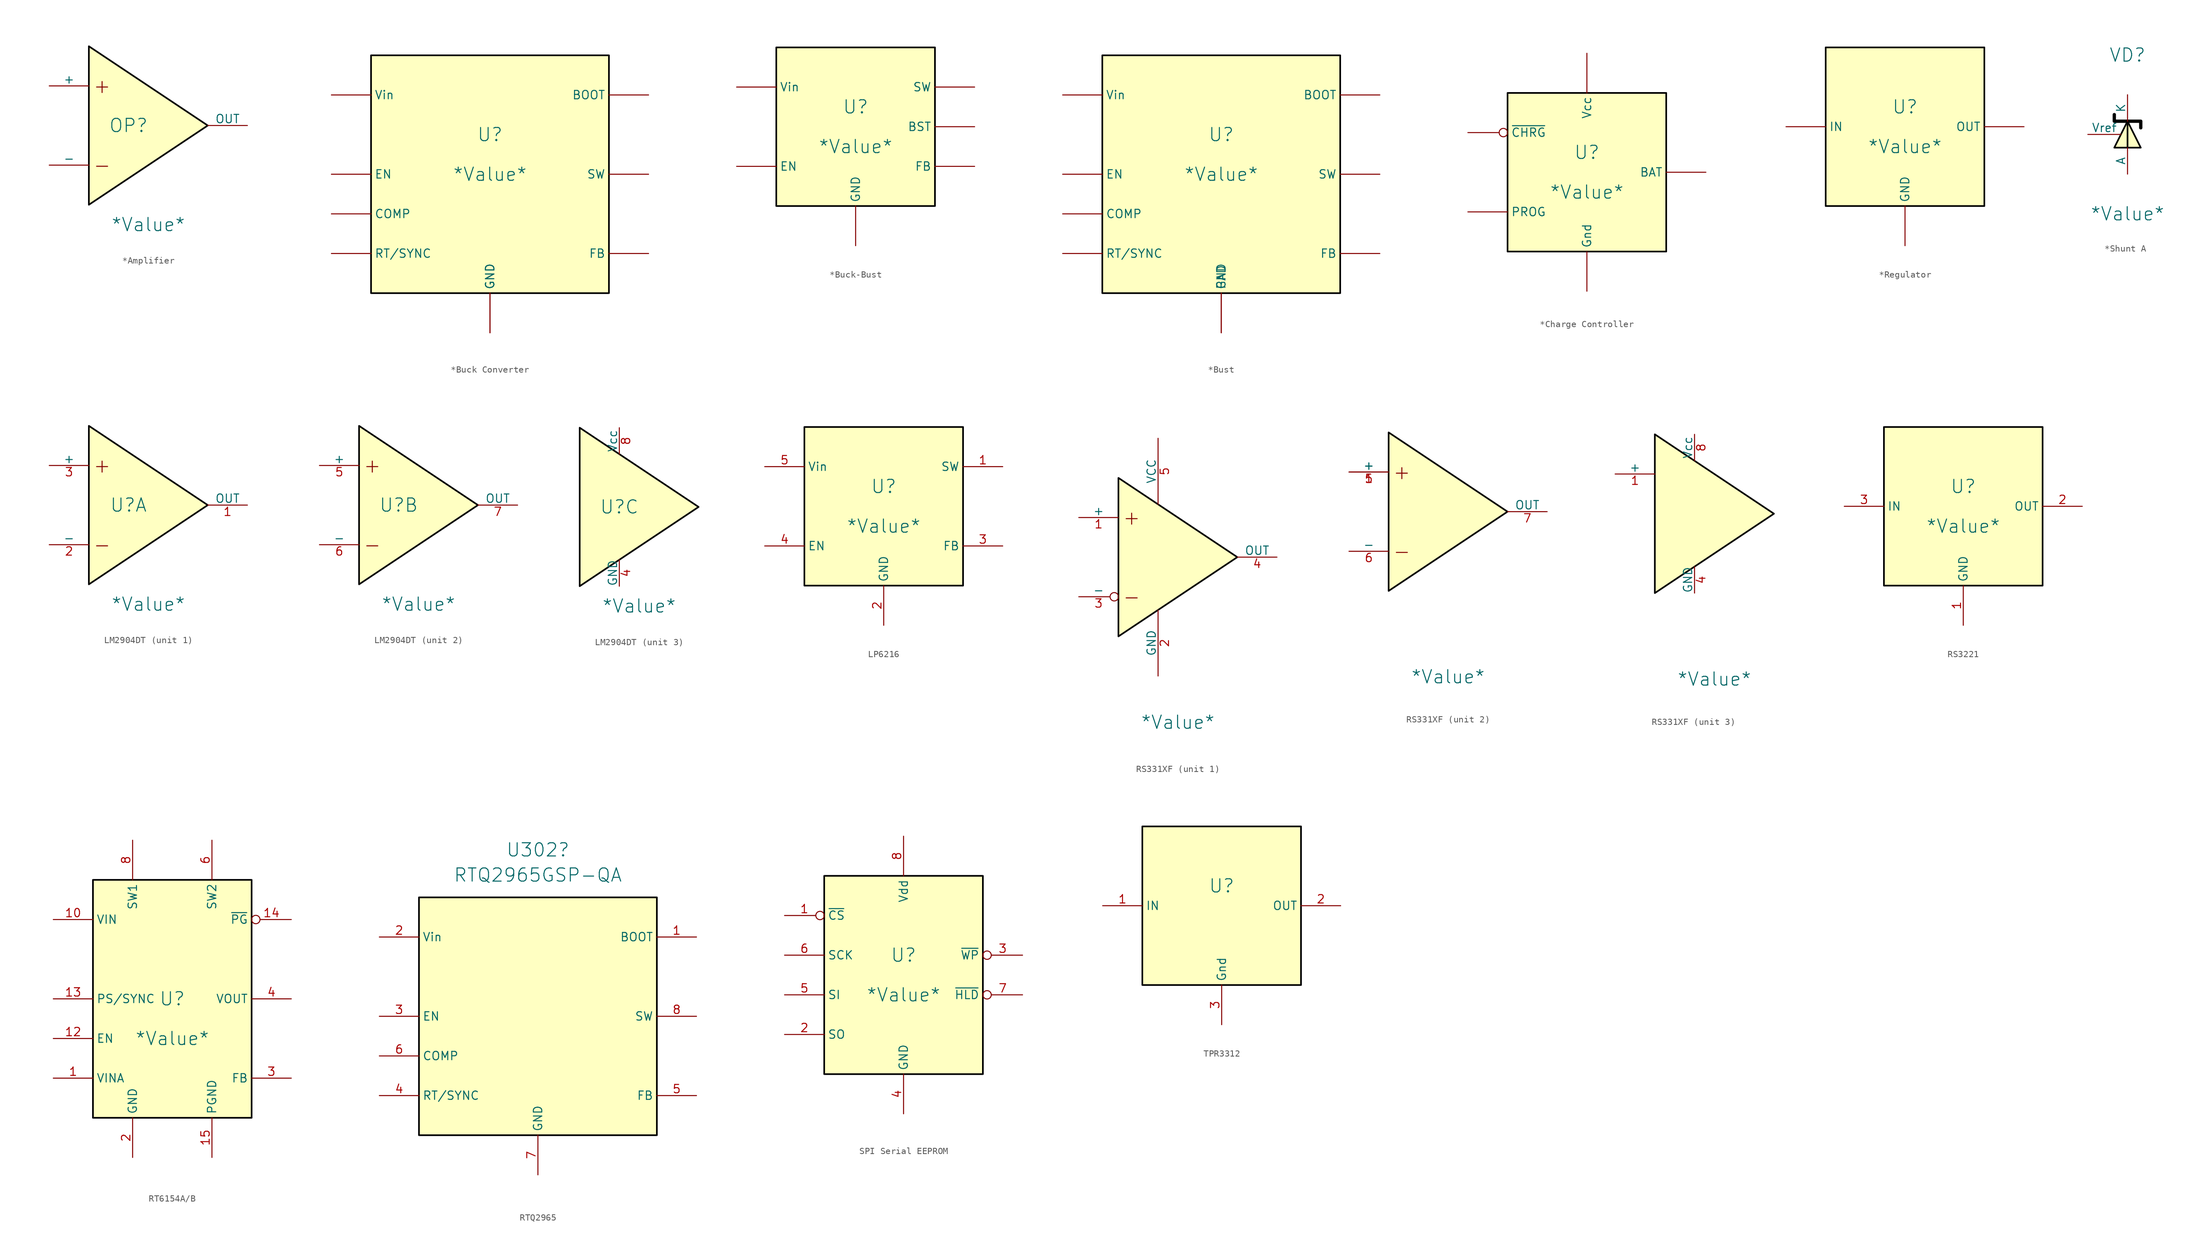
<source format=kicad_sym>
(kicad_symbol_lib
  (version 20241209)
  (generator "kicad_symbol_editor")
  (generator_version "9.0")
  (symbol "*Amplifier"
    (pin_names
      (offset 0))
    (property "Reference" "OP"
      (at 0 0 0)
      (effects (font (size 2 2))))
    (property "Value" "*Value*"
      (at 3 -15 0)
      (effects (font (size 2 2))))
    (symbol "*Amplifier_0_1"
      (polyline (pts (xy 12 0) (xy -6 12) (xy -6 -12) (xy 12 0)) (stroke (width 0.25) (type solid) (color 0 0 0 1)) (fill (type color) (color 255 255 194 1))))
    (symbol "*Amplifier_1_0"
      (text "+" (at -4 6 0) (effects (font (size 2.184 2.184))))
      (text "-" (at -4 -6 0) (effects (font (size 2.184 2.184))))
      (pin input line (at -12 6 0) (length 6) (name "+" (effects (font (size 1.27 1.27)))) (number "" (effects (font (size 1.27 1.27)))))
      (pin input line (at -12 -6 0) (length 6) (name "-" (effects (font (size 1.27 1.27)))) (number "" (effects (font (size 1.27 1.27)))))
      (pin output line (at 18 0 180) (length 6) (name "OUT" (effects (font (size 1.27 1.27)))) (number "" (effects (font (size 1.27 1.27)))))))
  (symbol "*Buck Converter"
    (property "Reference" "U"
      (at 0 0 0)
      (effects (font (size 2 2))))
    (property "Value" "*Value*"
      (at 0 -6 0)
      (effects (font (size 2 2))))
    (symbol "*Buck Converter_1_0"
      (rectangle (start -18 12) (end 18 -24) (stroke (width 0.25) (type solid) (color 0 0 0 1)) (fill (type color) (color 255 255 194 1)))
      (pin power_in line (at -24 6 0) (length 6) (name "Vin" (effects (font (size 1.27 1.27)))) (number "" (effects (font (size 1.27 1.27)))))
      (pin input line (at -24 -6 0) (length 6) (name "EN" (effects (font (size 1.27 1.27)))) (number "" (effects (font (size 1.27 1.27)))))
      (pin input line (at -24 -12 0) (length 6) (name "COMP" (effects (font (size 1.27 1.27)))) (number "" (effects (font (size 1.27 1.27)))))
      (pin bidirectional line (at -24 -18 0) (length 6) (name "RT/SYNC" (effects (font (size 1.27 1.27)))) (number "" (effects (font (size 1.27 1.27)))))
      (pin power_in line (at 0 -30 90) (length 6) (name "GND" (effects (font (size 1.27 1.27)))) (number "" (effects (font (size 1.27 1.27)))))
      (pin power_in line (at 0 -30 90) (length 6) (name "GND" (effects (font (size 1.27 1.27)))) (number "" (effects (font (size 1.27 1.27)))))
      (pin input line (at 24 6 180) (length 6) (name "BOOT" (effects (font (size 1.27 1.27)))) (number "" (effects (font (size 1.27 1.27)))))
      (pin power_out line (at 24 -6 180) (length 6) (name "SW" (effects (font (size 1.27 1.27)))) (number "" (effects (font (size 1.27 1.27)))))
      (pin input line (at 24 -18 180) (length 6) (name "FB" (effects (font (size 1.27 1.27)))) (number "" (effects (font (size 1.27 1.27)))))))
  (symbol "*Buck-Bust"
    (property "Reference" "U"
      (at 0 3 0)
      (effects (font (size 2 2))))
    (property "Value" "*Value*"
      (at 0 -3 0)
      (effects (font (size 2 2))))
    (symbol "*Buck-Bust_1_0"
      (rectangle (start -12 12) (end 12 -12) (stroke (width 0.25) (type solid) (color 0 0 0 1)) (fill (type color) (color 255 255 194 1)))
      (pin power_in line (at -18 6 0) (length 6) (name "Vin" (effects (font (size 1.27 1.27)))) (number "" (effects (font (size 1.27 1.27)))))
      (pin input line (at -18 -6 0) (length 6) (name "EN" (effects (font (size 1.27 1.27)))) (number "" (effects (font (size 1.27 1.27)))))
      (pin power_in line (at 0 -18 90) (length 6) (name "GND" (effects (font (size 1.27 1.27)))) (number "" (effects (font (size 1.27 1.27)))))
      (pin power_out line (at 18 6 180) (length 6) (name "SW" (effects (font (size 1.27 1.27)))) (number "" (effects (font (size 1.27 1.27)))))
      (pin input line (at 18 0 180) (length 6) (name "BST" (effects (font (size 1.27 1.27)))) (number "" (effects (font (size 1.27 1.27)))))
      (pin input line (at 18 -6 180) (length 6) (name "FB" (effects (font (size 1.27 1.27)))) (number "" (effects (font (size 1.27 1.27)))))))
  (symbol "*Bust"
    (property "Reference" "U"
      (at 0 0 0)
      (effects (font (size 2 2))))
    (property "Value" "*Value*"
      (at 0 -6 0)
      (effects (font (size 2 2))))
    (symbol "*Bust_1_0"
      (rectangle (start -18 12) (end 18 -24) (stroke (width 0.25) (type solid) (color 0 0 0 1)) (fill (type color) (color 255 255 194 1)))
      (pin power_in line (at -24 6 0) (length 6) (name "Vin" (effects (font (size 1.27 1.27)))) (number "" (effects (font (size 1.27 1.27)))))
      (pin input line (at -24 -6 0) (length 6) (name "EN" (effects (font (size 1.27 1.27)))) (number "" (effects (font (size 1.27 1.27)))))
      (pin input line (at -24 -12 0) (length 6) (name "COMP" (effects (font (size 1.27 1.27)))) (number "" (effects (font (size 1.27 1.27)))))
      (pin bidirectional line (at -24 -18 0) (length 6) (name "RT/SYNC" (effects (font (size 1.27 1.27)))) (number "" (effects (font (size 1.27 1.27)))))
      (pin power_in line (at 0 -30 90) (length 6) (name "PAD" (effects (font (size 1.27 1.27)))) (number "" (effects (font (size 1.27 1.27)))))
      (pin power_in line (at 0 -30 90) (length 6) (name "GND" (effects (font (size 1.27 1.27)))) (number "" (effects (font (size 1.27 1.27)))))
      (pin input line (at 24 6 180) (length 6) (name "BOOT" (effects (font (size 1.27 1.27)))) (number "" (effects (font (size 1.27 1.27)))))
      (pin power_out line (at 24 -6 180) (length 6) (name "SW" (effects (font (size 1.27 1.27)))) (number "" (effects (font (size 1.27 1.27)))))
      (pin input line (at 24 -18 180) (length 6) (name "FB" (effects (font (size 1.27 1.27)))) (number "" (effects (font (size 1.27 1.27)))))))
  (symbol "*Charge Controller"
    (property "Reference" "U"
      (at 0 3 0)
      (effects (font (size 2 2))))
    (property "Value" "*Value*"
      (at 0 -3 0)
      (effects (font (size 2 2))))
    (symbol "*Charge Controller_1_0"
      (pin input inverted (at -18 6 0) (length 6) (name "~{CHRG}" (effects (font (size 1.27 1.27)))) (number "" (effects (font (size 1.27 1.27)))))
      (pin input line (at -18 -6 0) (length 6) (name "PROG" (effects (font (size 1.27 1.27)))) (number "" (effects (font (size 1.27 1.27)))))
      (pin power_in line (at 0 18 270) (length 6) (name "Vcc" (effects (font (size 1.27 1.27)))) (number "" (effects (font (size 1.27 1.27)))))
      (pin power_in line (at 0 -18 90) (length 6) (name "Gnd" (effects (font (size 1.27 1.27)))) (number "" (effects (font (size 1.27 1.27)))))
      (pin power_out line (at 18 0 180) (length 6) (name "BAT" (effects (font (size 1.27 1.27)))) (number "" (effects (font (size 1.27 1.27))))))
    (symbol "*Charge Controller_1_1"
      (rectangle (start -12 12) (end 12 -12) (stroke (width 0.25) (type solid) (color 0 0 0 1)) (fill (type color) (color 255 255 194 1)))))
  (symbol "*Regulator"
    (property "Reference" "U"
      (at 0 3 0)
      (effects (font (size 2 2))))
    (property "Value" "*Value*"
      (at 0 -3 0)
      (effects (font (size 2 2))))
    (symbol "*Regulator_1_0"
      (rectangle (start -12 12) (end 12 -12) (stroke (width 0.25) (type solid) (color 0 0 0 1)) (fill (type color) (color 255 255 194 1)))
      (pin power_in line (at -18 0 0) (length 6) (name "IN" (effects (font (size 1.27 1.27)))) (number "" (effects (font (size 1.27 1.27)))))
      (pin power_in line (at 0 -18 90) (length 6) (name "GND" (effects (font (size 1.27 1.27)))) (number "" (effects (font (size 1.27 1.27)))))
      (pin power_out line (at 18 0 180) (length 6) (name "OUT" (effects (font (size 1.27 1.27)))) (number "" (effects (font (size 1.27 1.27)))))))
  (symbol "*Shunt A"
    (pin_numbers
      (hide yes))
    (pin_names
      (offset 0))
    (property "Reference" "VD"
      (at 0 12 0)
      (effects (font (size 2 2))))
    (property "Value" "*Value*"
      (at 0 -12 0)
      (effects (font (size 2 2))))
    (symbol "*Shunt A_1_0"
      (polyline (pts (xy -2 -2) (xy 0 2) (xy 2 -2) (xy -2 -2)) (stroke (width 0.25) (type solid) (color 0 0 0 1)) (fill (type background)))
      (polyline (pts (xy 0 -2) (xy 0 2)) (stroke (width 0.25) (type solid) (color 0 0 0 1)) (fill (type none)))
      (polyline (pts (xy 2 1) (xy 2 2) (xy -2 2) (xy -2 3)) (stroke (width 0.5) (type solid) (color 0 0 0 1)) (fill (type none))))
    (symbol "*Shunt A_1_1"
      (pin passive line (at -6 0 0) (length 5) (name "Vref" (effects (font (size 1.27 1.27)))) (number "" (effects (font (size 1.27 1.27)))))
      (pin passive line (at 0 6 270) (length 4) (name "K" (effects (font (size 1.27 1.27)))) (number "" (effects (font (size 1.27 1.27)))))
      (pin passive line (at 0 -6 90) (length 4) (name "A" (effects (font (size 1.27 1.27)))) (number "" (effects (font (size 1.27 1.27)))))))
  (symbol "LM2904DT"
    (pin_names
      (offset 0))
    (property "Reference" "U"
      (at 0 0 0)
      (effects (font (size 2 2))))
    (property "Value" "*Value*"
      (at 3 -15 0)
      (effects (font (size 2 2))))
    (property "ki_locked" ""
      (at 0 0 0)
      (effects (font (size 1.27 1.27))))
    (symbol "LM2904DT_0_1"
      (polyline (pts (xy 12 0) (xy -6 12) (xy -6 -12) (xy 12 0)) (stroke (width 0.25) (type solid) (color 0 0 0 1)) (fill (type color) (color 255 255 194 1))))
    (symbol "LM2904DT_1_0"
      (text "+" (at -4 6 0) (effects (font (size 2.184 2.184))))
      (text "-" (at -4 -6 0) (effects (font (size 2.184 2.184))))
      (pin input line (at -12 6 0) (length 6) (name "+" (effects (font (size 1.27 1.27)))) (number "3" (effects (font (size 1.27 1.27)))))
      (pin input line (at -12 -6 0) (length 6) (name "-" (effects (font (size 1.27 1.27)))) (number "2" (effects (font (size 1.27 1.27)))))
      (pin output line (at 18 0 180) (length 6) (name "OUT" (effects (font (size 1.27 1.27)))) (number "1" (effects (font (size 1.27 1.27))))))
    (symbol "LM2904DT_2_0"
      (text "+" (at -4 6 0) (effects (font (size 2.184 2.184))))
      (text "-" (at -4 -6 0) (effects (font (size 2.184 2.184))))
      (pin input line (at -12 6 0) (length 6) (name "+" (effects (font (size 1.27 1.27)))) (number "5" (effects (font (size 1.27 1.27)))))
      (pin input line (at -12 -6 0) (length 6) (name "-" (effects (font (size 1.27 1.27)))) (number "6" (effects (font (size 1.27 1.27)))))
      (pin output line (at 18 0 180) (length 6) (name "OUT" (effects (font (size 1.27 1.27)))) (number "7" (effects (font (size 1.27 1.27))))))
    (symbol "LM2904DT_3_0"
      (pin power_in line (at 0 12 270) (length 4) (name "Vcc" (effects (font (size 1.27 1.27)))) (number "8" (effects (font (size 1.27 1.27))))))
    (symbol "LM2904DT_3_1"
      (pin power_in line (at 0 -12 90) (length 4) (name "GND" (effects (font (size 1.27 1.27)))) (number "4" (effects (font (size 1.27 1.27)))))))
  (symbol "LP6216"
    (property "Reference" "U"
      (at 0 3 0)
      (effects (font (size 2 2))))
    (property "Value" "*Value*"
      (at 0 -3 0)
      (effects (font (size 2 2))))
    (symbol "LP6216_1_0"
      (rectangle (start -12 12) (end 12 -12) (stroke (width 0.25) (type solid) (color 0 0 0 1)) (fill (type color) (color 255 255 194 1)))
      (pin power_in line (at -18 6 0) (length 6) (name "Vin" (effects (font (size 1.27 1.27)))) (number "5" (effects (font (size 1.27 1.27)))))
      (pin input line (at -18 -6 0) (length 6) (name "EN" (effects (font (size 1.27 1.27)))) (number "4" (effects (font (size 1.27 1.27)))))
      (pin power_in line (at 0 -18 90) (length 6) (name "GND" (effects (font (size 1.27 1.27)))) (number "2" (effects (font (size 1.27 1.27)))))
      (pin power_out line (at 18 6 180) (length 6) (name "SW" (effects (font (size 1.27 1.27)))) (number "1" (effects (font (size 1.27 1.27)))))
      (pin input line (at 18 -6 180) (length 6) (name "FB" (effects (font (size 1.27 1.27)))) (number "3" (effects (font (size 1.27 1.27)))))))
  (symbol "RS331XF"
    (pin_names
      (offset 0))
    (property "Reference" "U"
      (at 0 0 0)
      (effects (font (size 2 2)) (hide yes)))
    (property "Value" "*Value*"
      (at 3 -25 0)
      (effects (font (size 2 2))))
    (property "ki_locked" ""
      (at 0 0 0)
      (effects (font (size 1.27 1.27))))
    (symbol "RS331XF_0_0"
      (pin input line (at -12 6 0) (length 6) (name "+" (effects (font (size 1.27 1.27)))) (number "1" (effects (font (size 1.27 1.27))))))
    (symbol "RS331XF_0_1"
      (polyline (pts (xy 12 0) (xy -6 12) (xy -6 -12) (xy 12 0)) (stroke (width 0.25) (type solid) (color 0 0 0 1)) (fill (type color) (color 255 255 194 1))))
    (symbol "RS331XF_1_0"
      (text "+" (at -4 6 0) (effects (font (size 2.184 2.184))))
      (text "-" (at -4 -6 0) (effects (font (size 2.184 2.184))))
      (pin input inverted (at -12 -6 0) (length 6) (name "-" (effects (font (size 1.27 1.27)))) (number "3" (effects (font (size 1.27 1.27)))))
      (pin input line (at 0 18 270) (length 10) (name "VCC" (effects (font (size 1.27 1.27)))) (number "5" (effects (font (size 1.27 1.27)))))
      (pin input line (at 0 -18 90) (length 10) (name "GND" (effects (font (size 1.27 1.27)))) (number "2" (effects (font (size 1.27 1.27)))))
      (pin output line (at 18 0 180) (length 6) (name "OUT" (effects (font (size 1.27 1.27)))) (number "4" (effects (font (size 1.27 1.27))))))
    (symbol "RS331XF_2_0"
      (text "+" (at -4 6 0) (effects (font (size 2.184 2.184))))
      (text "-" (at -4 -6 0) (effects (font (size 2.184 2.184))))
      (pin input line (at -12 6 0) (length 6) (name "+" (effects (font (size 1.27 1.27)))) (number "5" (effects (font (size 1.27 1.27)))))
      (pin input line (at -12 -6 0) (length 6) (name "-" (effects (font (size 1.27 1.27)))) (number "6" (effects (font (size 1.27 1.27)))))
      (pin output line (at 18 0 180) (length 6) (name "OUT" (effects (font (size 1.27 1.27)))) (number "7" (effects (font (size 1.27 1.27))))))
    (symbol "RS331XF_3_0"
      (pin power_in line (at 0 12 270) (length 4) (name "Vcc" (effects (font (size 1.27 1.27)))) (number "8" (effects (font (size 1.27 1.27))))))
    (symbol "RS331XF_3_1"
      (pin power_in line (at 0 -12 90) (length 4) (name "GND" (effects (font (size 1.27 1.27)))) (number "4" (effects (font (size 1.27 1.27)))))))
  (symbol "RS3221"
    (property "Reference" "U"
      (at 0 3 0)
      (effects (font (size 2 2))))
    (property "Value" "*Value*"
      (at 0 -3 0)
      (effects (font (size 2 2))))
    (symbol "RS3221_1_0"
      (rectangle (start -12 12) (end 12 -12) (stroke (width 0.25) (type solid) (color 0 0 0 1)) (fill (type color) (color 255 255 194 1)))
      (pin power_in line (at -18 0 0) (length 6) (name "IN" (effects (font (size 1.27 1.27)))) (number "3" (effects (font (size 1.27 1.27)))))
      (pin power_in line (at 0 -18 90) (length 6) (name "GND" (effects (font (size 1.27 1.27)))) (number "1" (effects (font (size 1.27 1.27)))))
      (pin power_out line (at 18 0 180) (length 6) (name "OUT" (effects (font (size 1.27 1.27)))) (number "2" (effects (font (size 1.27 1.27)))))))
  (symbol "RT6154A/B"
    (property "Reference" "U"
      (at 0 0 0)
      (effects (font (size 2 2))))
    (property "Value" "*Value*"
      (at 0 -6 0)
      (effects (font (size 2 2))))
    (symbol "RT6154A/B_1_1"
      (rectangle (start -12 18) (end 12 -18) (stroke (width 0.25) (type solid) (color 0 0 0 1)) (fill (type color) (color 255 255 194 1)))
      (pin power_in line (at -18 12 0) (length 6) (name "VIN" (effects (font (size 1.27 1.27)))) (number "10" (effects (font (size 1.27 1.27)))))
      (pin passive line (at -18 12 0) (length 6) (hide yes) (name "VIN" (effects (font (size 1.27 1.27)))) (number "11" (effects (font (size 1.27 1.27)))))
      (pin input line (at -18 0 0) (length 6) (name "PS/SYNC" (effects (font (size 1.27 1.27)))) (number "13" (effects (font (size 1.27 1.27)))))
      (pin input line (at -18 -6 0) (length 6) (name "EN" (effects (font (size 1.27 1.27)))) (number "12" (effects (font (size 1.27 1.27)))))
      (pin output line (at -18 -12 0) (length 6) (name "VINA" (effects (font (size 1.27 1.27)))) (number "1" (effects (font (size 1.27 1.27)))))
      (pin bidirectional line (at -6 24 270) (length 6) (name "SW1" (effects (font (size 1.27 1.27)))) (number "8" (effects (font (size 1.27 1.27)))))
      (pin passive line (at -6 24 270) (length 6) (hide yes) (name "SW1" (effects (font (size 1.27 1.27)))) (number "9" (effects (font (size 1.27 1.27)))))
      (pin power_in line (at -6 -24 90) (length 6) (name "GND" (effects (font (size 1.27 1.27)))) (number "2" (effects (font (size 1.27 1.27)))))
      (pin bidirectional line (at 6 24 270) (length 6) (name "SW2" (effects (font (size 1.27 1.27)))) (number "6" (effects (font (size 1.27 1.27)))))
      (pin passive line (at 6 24 270) (length 6) (hide yes) (name "SW2" (effects (font (size 1.27 1.27)))) (number "7" (effects (font (size 1.27 1.27)))))
      (pin power_in line (at 6 -24 90) (length 6) (name "PGND" (effects (font (size 1.27 1.27)))) (number "15" (effects (font (size 1.27 1.27)))))
      (pin open_collector inverted (at 18 12 180) (length 6) (name "~{PG}" (effects (font (size 1.27 1.27)))) (number "14" (effects (font (size 1.27 1.27)))))
      (pin power_out line (at 18 0 180) (length 6) (name "VOUT" (effects (font (size 1.27 1.27)))) (number "4" (effects (font (size 1.27 1.27)))))
      (pin passive line (at 18 0 180) (length 6) (hide yes) (name "VOUT" (effects (font (size 1.27 1.27)))) (number "5" (effects (font (size 1.27 1.27)))))
      (pin input line (at 18 -12 180) (length 6) (name "FB" (effects (font (size 1.27 1.27)))) (number "3" (effects (font (size 1.27 1.27)))))))
  (symbol "RTQ2965"
    (property "Reference" "U302"
      (at 0 19.19 0)
      (effects (font (size 2 2))))
    (property "Value" "RTQ2965GSP-QA"
      (at 0 15.38 0)
      (effects (font (size 2 2))))
    (symbol "RTQ2965_1_0"
      (rectangle (start -18 12) (end 18 -24) (stroke (width 0.25) (type solid) (color 0 0 0 1)) (fill (type color) (color 255 255 194 1)))
      (pin power_in line (at -24 6 0) (length 6) (name "Vin" (effects (font (size 1.27 1.27)))) (number "2" (effects (font (size 1.27 1.27)))))
      (pin input line (at -24 -6 0) (length 6) (name "EN" (effects (font (size 1.27 1.27)))) (number "3" (effects (font (size 1.27 1.27)))))
      (pin input line (at -24 -12 0) (length 6) (name "COMP" (effects (font (size 1.27 1.27)))) (number "6" (effects (font (size 1.27 1.27)))))
      (pin bidirectional line (at -24 -18 0) (length 6) (name "RT/SYNC" (effects (font (size 1.27 1.27)))) (number "4" (effects (font (size 1.27 1.27)))))
      (pin power_in line (at 0 -30 90) (length 6) (name "GND" (effects (font (size 1.27 1.27)))) (number "7" (effects (font (size 1.27 1.27)))))
      (pin power_in line (at 0 -30 90) (length 6) (hide yes) (name "GND" (effects (font (size 1.27 1.27)))) (number "9" (effects (font (size 1.27 1.27)))))
      (pin input line (at 24 6 180) (length 6) (name "BOOT" (effects (font (size 1.27 1.27)))) (number "1" (effects (font (size 1.27 1.27)))))
      (pin power_out line (at 24 -6 180) (length 6) (name "SW" (effects (font (size 1.27 1.27)))) (number "8" (effects (font (size 1.27 1.27)))))
      (pin input line (at 24 -18 180) (length 6) (name "FB" (effects (font (size 1.27 1.27)))) (number "5" (effects (font (size 1.27 1.27)))))))
  (symbol "SPI Serial EEPROM"
    (property "Reference" "U"
      (at 0 0 0)
      (effects (font (size 2 2))))
    (property "Value" "*Value*"
      (at 0 -6 0)
      (effects (font (size 2 2))))
    (symbol "SPI Serial EEPROM_1_0"
      (rectangle (start -12 12) (end 12 -18) (stroke (width 0.25) (type solid) (color 0 0 0 1)) (fill (type color) (color 255 255 194 1)))
      (pin input inverted (at -18 6 0) (length 6) (name "~{CS}" (effects (font (size 1.27 1.27)))) (number "1" (effects (font (size 1.27 1.27)))))
      (pin input line (at -18 0 0) (length 6) (name "SCK" (effects (font (size 1.27 1.27)))) (number "6" (effects (font (size 1.27 1.27)))))
      (pin input line (at -18 -6 0) (length 6) (name "SI" (effects (font (size 1.27 1.27)))) (number "5" (effects (font (size 1.27 1.27)))))
      (pin output line (at -18 -12 0) (length 6) (name "SO" (effects (font (size 1.27 1.27)))) (number "2" (effects (font (size 1.27 1.27)))))
      (pin power_in line (at 0 18 270) (length 6) (name "Vdd" (effects (font (size 1.27 1.27)))) (number "8" (effects (font (size 1.27 1.27)))))
      (pin power_in line (at 0 -24 90) (length 6) (name "GND" (effects (font (size 1.27 1.27)))) (number "4" (effects (font (size 1.27 1.27)))))
      (pin input inverted (at 18 0 180) (length 6) (name "~{WP}" (effects (font (size 1.27 1.27)))) (number "3" (effects (font (size 1.27 1.27)))))
      (pin input inverted (at 18 -6 180) (length 6) (name "~{HLD}" (effects (font (size 1.27 1.27)))) (number "7" (effects (font (size 1.27 1.27)))))))
  (symbol "TPR3312"
    (property "Reference" "U"
      (at 0 3 0)
      (effects (font (size 2 2))))
    (property "Value" ""
      (at 0 -3 0)
      (effects (font (size 2 2))))
    (symbol "TPR3312_1_0"
      (pin power_in line (at -18 0 0) (length 6) (name "IN" (effects (font (size 1.27 1.27)))) (number "1" (effects (font (size 1.27 1.27)))))
      (pin power_in line (at 0 -18 90) (length 6) (name "Gnd" (effects (font (size 1.27 1.27)))) (number "3" (effects (font (size 1.27 1.27)))))
      (pin output line (at 18 0 180) (length 6) (name "OUT" (effects (font (size 1.27 1.27)))) (number "2" (effects (font (size 1.27 1.27))))))
    (symbol "TPR3312_1_1"
      (rectangle (start -12 12) (end 12 -12) (stroke (width 0.25) (type solid) (color 0 0 0 1)) (fill (type color) (color 255 255 194 1))))))
</source>
